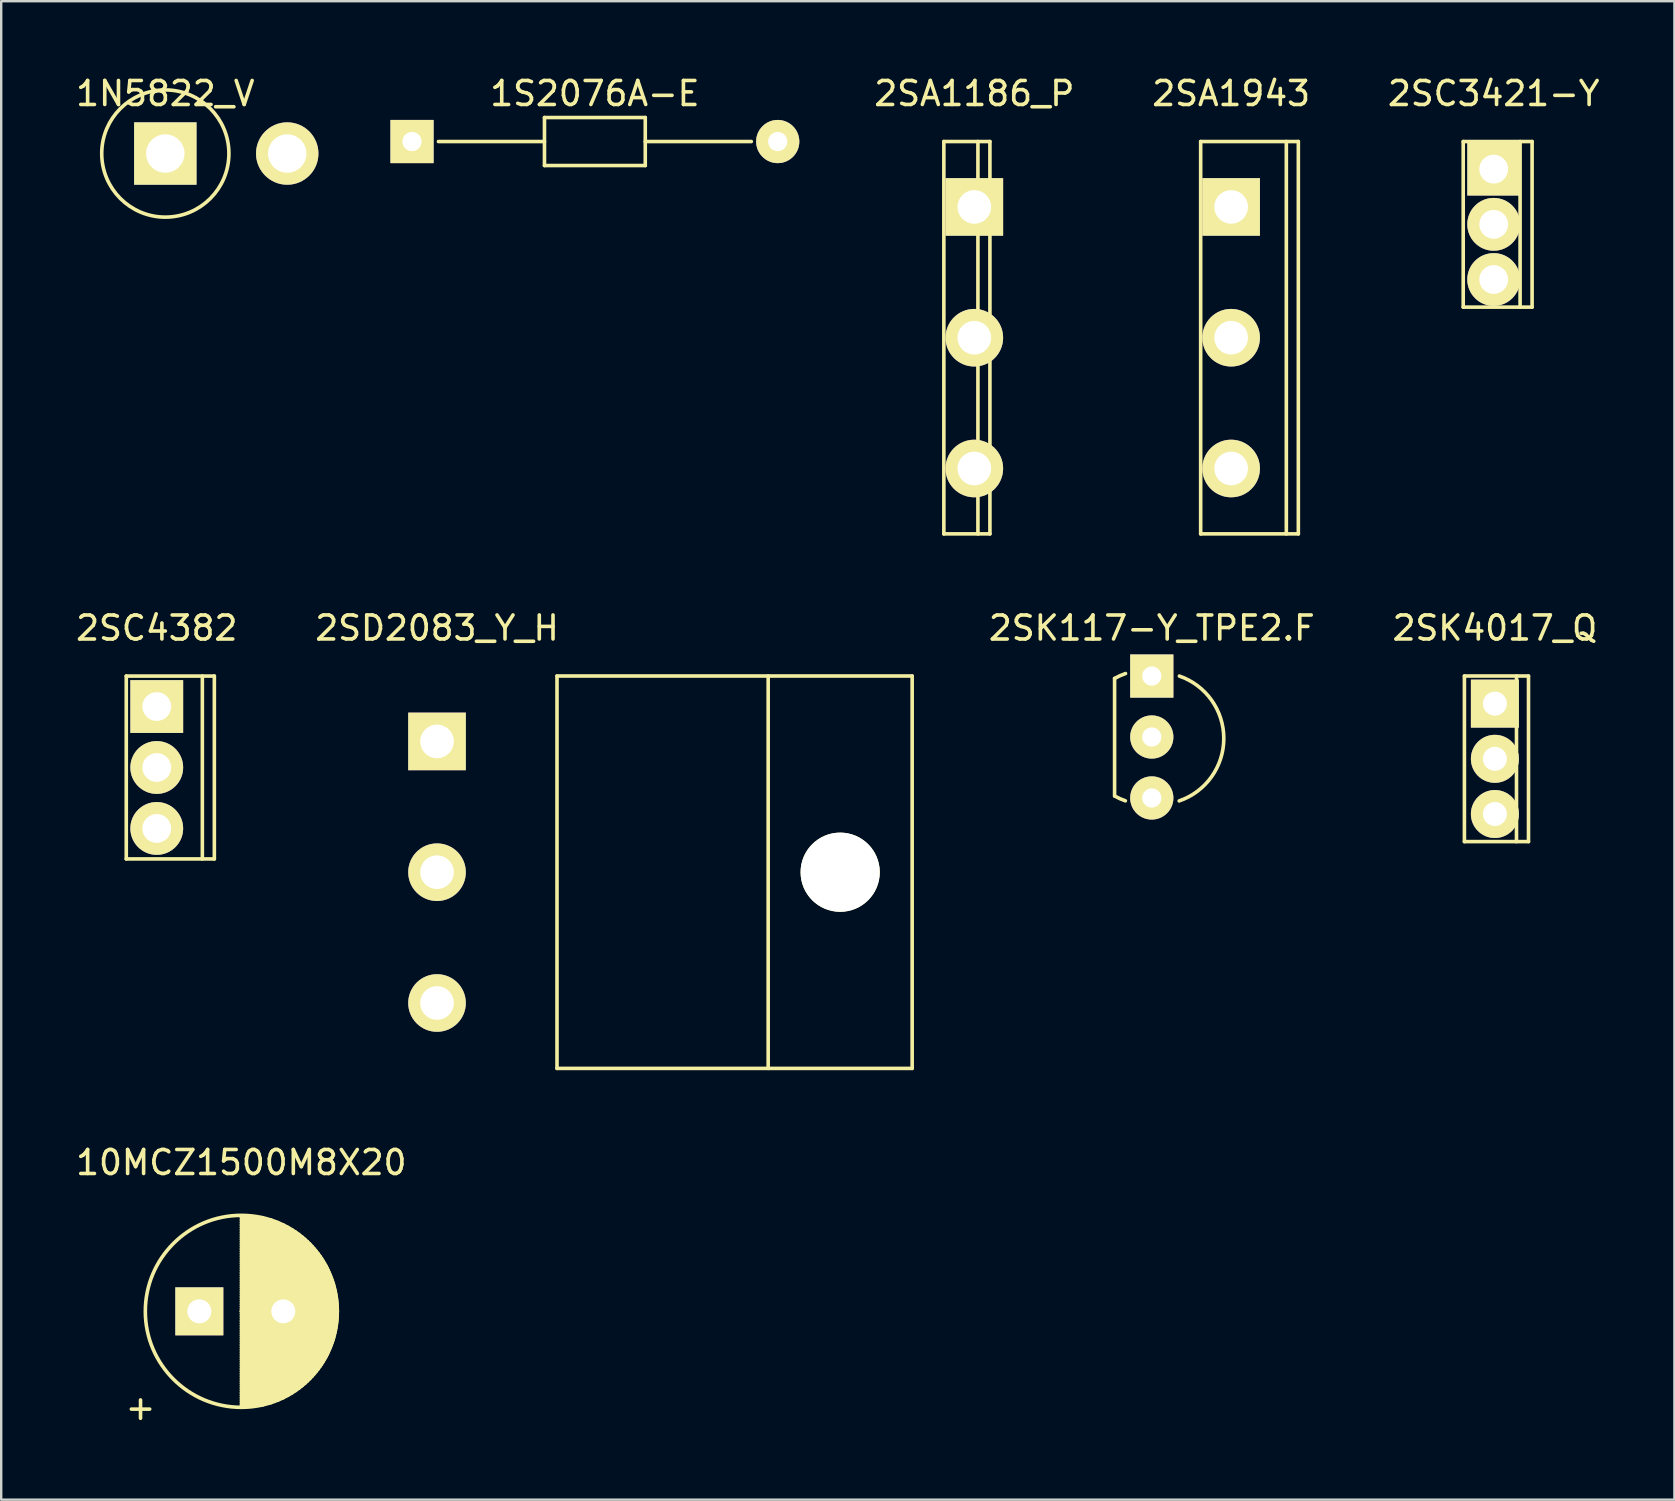
<source format=kicad_pcb>
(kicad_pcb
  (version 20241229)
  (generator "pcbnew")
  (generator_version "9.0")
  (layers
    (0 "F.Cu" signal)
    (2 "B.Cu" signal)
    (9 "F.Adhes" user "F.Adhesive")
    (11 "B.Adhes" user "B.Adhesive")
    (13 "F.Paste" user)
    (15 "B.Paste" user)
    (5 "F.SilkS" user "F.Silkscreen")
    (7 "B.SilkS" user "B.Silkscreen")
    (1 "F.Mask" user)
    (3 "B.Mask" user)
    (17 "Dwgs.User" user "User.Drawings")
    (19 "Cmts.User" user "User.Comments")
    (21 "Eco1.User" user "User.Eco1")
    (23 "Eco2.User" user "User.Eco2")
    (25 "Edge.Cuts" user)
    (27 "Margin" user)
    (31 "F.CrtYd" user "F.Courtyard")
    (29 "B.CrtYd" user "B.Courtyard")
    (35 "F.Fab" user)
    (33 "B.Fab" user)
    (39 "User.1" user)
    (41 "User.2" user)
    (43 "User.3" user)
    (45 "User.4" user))
  (footprint "10MCZ1500M8X20"
    (layer "F.Cu")
    (at 5.256 51.595)
    (property "Reference" "10MCZ1500M8X20" (at 1.75 -6.2 0) (layer "F.SilkS") (effects (font (size 1 1) (thickness 0.15))))
    (attr through_hole)
    (fp_line (start 1.75 -3.9) (end 2.639 -3.9) (stroke (width 0.15) (type solid)) (layer "F.SilkS"))
    (fp_line (start 1.75 -3.8) (end 2.999 -3.8) (stroke (width 0.15) (type solid)) (layer "F.SilkS"))
    (fp_line (start 1.75 -3.7) (end 3.27 -3.7) (stroke (width 0.15) (type solid)) (layer "F.SilkS"))
    (fp_line (start 1.75 -3.6) (end 3.494 -3.6) (stroke (width 0.15) (type solid)) (layer "F.SilkS"))
    (fp_line (start 1.75 -3.5) (end 3.686 -3.5) (stroke (width 0.15) (type solid)) (layer "F.SilkS"))
    (fp_line (start 1.75 -3.4) (end 3.857 -3.4) (stroke (width 0.15) (type solid)) (layer "F.SilkS"))
    (fp_line (start 1.75 -3.3) (end 4.011 -3.3) (stroke (width 0.15) (type solid)) (layer "F.SilkS"))
    (fp_line (start 1.75 -3.2) (end 4.15 -3.2) (stroke (width 0.15) (type solid)) (layer "F.SilkS"))
    (fp_line (start 1.75 -3.1) (end 4.278 -3.1) (stroke (width 0.15) (type solid)) (layer "F.SilkS"))
    (fp_line (start 1.75 -3) (end 4.396 -3) (stroke (width 0.15) (type solid)) (layer "F.SilkS"))
    (fp_line (start 1.75 -2.9) (end 4.505 -2.9) (stroke (width 0.15) (type solid)) (layer "F.SilkS"))
    (fp_line (start 1.75 -2.8) (end 4.607 -2.8) (stroke (width 0.15) (type solid)) (layer "F.SilkS"))
    (fp_line (start 1.75 -2.7) (end 4.701 -2.7) (stroke (width 0.15) (type solid)) (layer "F.SilkS"))
    (fp_line (start 1.75 -2.6) (end 4.79 -2.6) (stroke (width 0.15) (type solid)) (layer "F.SilkS"))
    (fp_line (start 1.75 -2.5) (end 4.872 -2.5) (stroke (width 0.15) (type solid)) (layer "F.SilkS"))
    (fp_line (start 1.75 -2.4) (end 4.95 -2.4) (stroke (width 0.15) (type solid)) (layer "F.SilkS"))
    (fp_line (start 1.75 -2.3) (end 5.023 -2.3) (stroke (width 0.15) (type solid)) (layer "F.SilkS"))
    (fp_line (start 1.75 -2.2) (end 5.091 -2.2) (stroke (width 0.15) (type solid)) (layer "F.SilkS"))
    (fp_line (start 1.75 -2.1) (end 5.154 -2.1) (stroke (width 0.15) (type solid)) (layer "F.SilkS"))
    (fp_line (start 1.75 -2) (end 5.214 -2) (stroke (width 0.15) (type solid)) (layer "F.SilkS"))
    (fp_line (start 1.75 -1.9) (end 5.27 -1.9) (stroke (width 0.15) (type solid)) (layer "F.SilkS"))
    (fp_line (start 1.75 -1.8) (end 5.322 -1.8) (stroke (width 0.15) (type solid)) (layer "F.SilkS"))
    (fp_line (start 1.75 -1.7) (end 5.371 -1.7) (stroke (width 0.15) (type solid)) (layer "F.SilkS"))
    (fp_line (start 1.75 -1.6) (end 5.416 -1.6) (stroke (width 0.15) (type solid)) (layer "F.SilkS"))
    (fp_line (start 1.75 -1.5) (end 5.458 -1.5) (stroke (width 0.15) (type solid)) (layer "F.SilkS"))
    (fp_line (start 1.75 -1.4) (end 5.497 -1.4) (stroke (width 0.15) (type solid)) (layer "F.SilkS"))
    (fp_line (start 1.75 -1.3) (end 5.533 -1.3) (stroke (width 0.15) (type solid)) (layer "F.SilkS"))
    (fp_line (start 1.75 -1.2) (end 5.566 -1.2) (stroke (width 0.15) (type solid)) (layer "F.SilkS"))
    (fp_line (start 1.75 -1.1) (end 5.596 -1.1) (stroke (width 0.15) (type solid)) (layer "F.SilkS"))
    (fp_line (start 1.75 -1) (end 5.623 -1) (stroke (width 0.15) (type solid)) (layer "F.SilkS"))
    (fp_line (start 1.75 -0.9) (end 5.647 -0.9) (stroke (width 0.15) (type solid)) (layer "F.SilkS"))
    (fp_line (start 1.75 -0.8) (end 5.669 -0.8) (stroke (width 0.15) (type solid)) (layer "F.SilkS"))
    (fp_line (start 1.75 -0.7) (end 5.688 -0.7) (stroke (width 0.15) (type solid)) (layer "F.SilkS"))
    (fp_line (start 1.75 -0.6) (end 5.705 -0.6) (stroke (width 0.15) (type solid)) (layer "F.SilkS"))
    (fp_line (start 1.75 -0.5) (end 5.719 -0.5) (stroke (width 0.15) (type solid)) (layer "F.SilkS"))
    (fp_line (start 1.75 -0.4) (end 5.73 -0.4) (stroke (width 0.15) (type solid)) (layer "F.SilkS"))
    (fp_line (start 1.75 -0.3) (end 5.739 -0.3) (stroke (width 0.15) (type solid)) (layer "F.SilkS"))
    (fp_line (start 1.75 -0.2) (end 5.745 -0.2) (stroke (width 0.15) (type solid)) (layer "F.SilkS"))
    (fp_line (start 1.75 -0.1) (end 5.749 -0.1) (stroke (width 0.15) (type solid)) (layer "F.SilkS"))
    (fp_line (start 1.75 0) (end 5.75 0) (stroke (width 0.15) (type solid)) (layer "F.SilkS"))
    (fp_line (start 1.75 0) (end 5.75 0) (stroke (width 0.15) (type solid)) (layer "F.SilkS"))
    (fp_line (start 1.75 0.1) (end 5.749 0.1) (stroke (width 0.15) (type solid)) (layer "F.SilkS"))
    (fp_line (start 1.75 0.2) (end 5.745 0.2) (stroke (width 0.15) (type solid)) (layer "F.SilkS"))
    (fp_line (start 1.75 0.3) (end 5.739 0.3) (stroke (width 0.15) (type solid)) (layer "F.SilkS"))
    (fp_line (start 1.75 0.4) (end 5.73 0.4) (stroke (width 0.15) (type solid)) (layer "F.SilkS"))
    (fp_line (start 1.75 0.5) (end 5.719 0.5) (stroke (width 0.15) (type solid)) (layer "F.SilkS"))
    (fp_line (start 1.75 0.6) (end 5.705 0.6) (stroke (width 0.15) (type solid)) (layer "F.SilkS"))
    (fp_line (start 1.75 0.7) (end 5.688 0.7) (stroke (width 0.15) (type solid)) (layer "F.SilkS"))
    (fp_line (start 1.75 0.8) (end 5.669 0.8) (stroke (width 0.15) (type solid)) (layer "F.SilkS"))
    (fp_line (start 1.75 0.9) (end 5.647 0.9) (stroke (width 0.15) (type solid)) (layer "F.SilkS"))
    (fp_line (start 1.75 1) (end 5.623 1) (stroke (width 0.15) (type solid)) (layer "F.SilkS"))
    (fp_line (start 1.75 1.1) (end 5.596 1.1) (stroke (width 0.15) (type solid)) (layer "F.SilkS"))
    (fp_line (start 1.75 1.2) (end 5.566 1.2) (stroke (width 0.15) (type solid)) (layer "F.SilkS"))
    (fp_line (start 1.75 1.3) (end 5.533 1.3) (stroke (width 0.15) (type solid)) (layer "F.SilkS"))
    (fp_line (start 1.75 1.4) (end 5.497 1.4) (stroke (width 0.15) (type solid)) (layer "F.SilkS"))
    (fp_line (start 1.75 1.5) (end 5.458 1.5) (stroke (width 0.15) (type solid)) (layer "F.SilkS"))
    (fp_line (start 1.75 1.6) (end 5.416 1.6) (stroke (width 0.15) (type solid)) (layer "F.SilkS"))
    (fp_line (start 1.75 1.7) (end 5.371 1.7) (stroke (width 0.15) (type solid)) (layer "F.SilkS"))
    (fp_line (start 1.75 1.8) (end 5.322 1.8) (stroke (width 0.15) (type solid)) (layer "F.SilkS"))
    (fp_line (start 1.75 1.9) (end 5.27 1.9) (stroke (width 0.15) (type solid)) (layer "F.SilkS"))
    (fp_line (start 1.75 2) (end 5.214 2) (stroke (width 0.15) (type solid)) (layer "F.SilkS"))
    (fp_line (start 1.75 2.1) (end 5.154 2.1) (stroke (width 0.15) (type solid)) (layer "F.SilkS"))
    (fp_line (start 1.75 2.2) (end 5.091 2.2) (stroke (width 0.15) (type solid)) (layer "F.SilkS"))
    (fp_line (start 1.75 2.3) (end 5.023 2.3) (stroke (width 0.15) (type solid)) (layer "F.SilkS"))
    (fp_line (start 1.75 2.4) (end 4.95 2.4) (stroke (width 0.15) (type solid)) (layer "F.SilkS"))
    (fp_line (start 1.75 2.5) (end 4.872 2.5) (stroke (width 0.15) (type solid)) (layer "F.SilkS"))
    (fp_line (start 1.75 2.6) (end 4.79 2.6) (stroke (width 0.15) (type solid)) (layer "F.SilkS"))
    (fp_line (start 1.75 2.7) (end 4.701 2.7) (stroke (width 0.15) (type solid)) (layer "F.SilkS"))
    (fp_line (start 1.75 2.8) (end 4.607 2.8) (stroke (width 0.15) (type solid)) (layer "F.SilkS"))
    (fp_line (start 1.75 2.9) (end 4.505 2.9) (stroke (width 0.15) (type solid)) (layer "F.SilkS"))
    (fp_line (start 1.75 3) (end 4.396 3) (stroke (width 0.15) (type solid)) (layer "F.SilkS"))
    (fp_line (start 1.75 3.1) (end 4.278 3.1) (stroke (width 0.15) (type solid)) (layer "F.SilkS"))
    (fp_line (start 1.75 3.2) (end 4.15 3.2) (stroke (width 0.15) (type solid)) (layer "F.SilkS"))
    (fp_line (start 1.75 3.3) (end 4.011 3.3) (stroke (width 0.15) (type solid)) (layer "F.SilkS"))
    (fp_line (start 1.75 3.4) (end 3.857 3.4) (stroke (width 0.15) (type solid)) (layer "F.SilkS"))
    (fp_line (start 1.75 3.5) (end 3.686 3.5) (stroke (width 0.15) (type solid)) (layer "F.SilkS"))
    (fp_line (start 1.75 3.6) (end 3.494 3.6) (stroke (width 0.15) (type solid)) (layer "F.SilkS"))
    (fp_line (start 1.75 3.7) (end 3.27 3.7) (stroke (width 0.15) (type solid)) (layer "F.SilkS"))
    (fp_line (start 1.75 3.8) (end 2.999 3.8) (stroke (width 0.15) (type solid)) (layer "F.SilkS"))
    (fp_line (start 1.75 3.9) (end 2.639 3.9) (stroke (width 0.15) (type solid)) (layer "F.SilkS"))
    (fp_circle (center 1.75 0) (end 1.75 -4) (stroke (width 0.15) (type solid)) (fill no) (layer "F.SilkS"))
    (fp_text user "+" (at -2.45 4 0) (layer "F.SilkS") (effects (font (size 1 1) (thickness 0.15))))
    (pad "1" thru_hole rect (at 0 0) (size 2 2) (drill 1) (layers "*.Cu" "*.Mask" "F.SilkS"))
    (pad "2" thru_hole circle (at 3.5 0) (size 2 2) (drill 1) (layers "*.Cu" "*.Mask" "F.SilkS")))
  (footprint "2SK4017_Q"
    (layer "F.Cu")
    (at 59.244 26.271)
    (property "Reference" "2SK4017_Q" (at 0 -3.15 0) (layer "F.SilkS") (effects (font (size 1 1) (thickness 0.15))))
    (attr through_hole)
    (fp_line (start -1.27 -1.15) (end -1.27 5.75) (stroke (width 0.15) (type solid)) (layer "F.SilkS"))
    (fp_line (start -1.27 -1.15) (end 1.4 -1.15) (stroke (width 0.15) (type solid)) (layer "F.SilkS"))
    (fp_line (start -1.27 5.75) (end 1.4 5.75) (stroke (width 0.15) (type solid)) (layer "F.SilkS"))
    (fp_line (start 0.9 -1.15) (end 0.9 5.75) (stroke (width 0.15) (type solid)) (layer "F.SilkS"))
    (fp_line (start 1.4 -1.15) (end 1.4 5.75) (stroke (width 0.15) (type solid)) (layer "F.SilkS"))
    (pad "1" thru_hole rect (at 0 0) (size 2 2) (drill 1) (layers "*.Cu" "*.Mask" "F.SilkS"))
    (pad "2" thru_hole circle (at 0 2.3) (size 2 2) (drill 1) (layers "*.Cu" "*.Mask" "F.SilkS"))
    (pad "3" thru_hole circle (at 0 4.6) (size 2 2) (drill 1) (layers "*.Cu" "*.Mask" "F.SilkS")))
  (footprint "2SA1186_P"
    (layer "F.Cu")
    (at 37.551 5.573)
    (property "Reference" "2SA1186_P" (at 0 -4.725 0) (layer "F.SilkS") (effects (font (size 1 1) (thickness 0.15))))
    (attr through_hole)
    (fp_line (start -1.27 -2.725) (end -1.27 13.625) (stroke (width 0.15) (type solid)) (layer "F.SilkS"))
    (fp_line (start -1.27 -2.725) (end 0.65 -2.725) (stroke (width 0.15) (type solid)) (layer "F.SilkS"))
    (fp_line (start -1.27 13.625) (end 0.65 13.625) (stroke (width 0.15) (type solid)) (layer "F.SilkS"))
    (fp_line (start 0.15 -2.725) (end 0.15 13.625) (stroke (width 0.15) (type solid)) (layer "F.SilkS"))
    (fp_line (start 0.65 -2.725) (end 0.65 13.625) (stroke (width 0.15) (type solid)) (layer "F.SilkS"))
    (pad "1" thru_hole rect (at 0 0) (size 2.4 2.4) (drill 1.4) (layers "*.Cu" "*.Mask" "F.SilkS"))
    (pad "2" thru_hole circle (at 0 5.45) (size 2.4 2.4) (drill 1.4) (layers "*.Cu" "*.Mask" "F.SilkS"))
    (pad "3" thru_hole circle (at 0 10.9) (size 2.4 2.4) (drill 1.4) (layers "*.Cu" "*.Mask" "F.SilkS")))
  (footprint "2SK117-Y_TPE2.F"
    (layer "F.Cu")
    (at 44.946 25.122)
    (property "Reference" "2SK117-Y_TPE2.F" (at 0 -2 0) (layer "F.SilkS") (effects (font (size 1 1) (thickness 0.15))))
    (attr through_hole)
    (fp_line (start -1.55 5) (end -1.55 0.1) (stroke (width 0.15) (type solid)) (layer "F.SilkS"))
    (fp_arc (start -1.55 0.1) (mid -1.326783 -0.012505) (end -1.09461 -0.105127) (stroke (width 0.15) (type solid)) (layer "F.SilkS"))
    (fp_arc (start -1.1 5.2) (mid -1.32318 5.111666) (end -1.537812 5.004217) (stroke (width 0.15) (type solid)) (layer "F.SilkS"))
    (fp_arc (start 1.15 0) (mid 3.00136 2.60449) (end 1.14151 5.202923) (stroke (width 0.15) (type solid)) (layer "F.SilkS"))
    (pad "1" thru_hole rect (at 0 0) (size 1.8 1.8) (drill 0.8) (layers "*.Cu" "*.Mask" "F.SilkS"))
    (pad "2" thru_hole circle (at 0 2.54) (size 1.8 1.8) (drill 0.8) (layers "*.Cu" "*.Mask" "F.SilkS"))
    (pad "3" thru_hole circle (at 0 5.08) (size 1.8 1.8) (drill 0.8) (layers "*.Cu" "*.Mask" "F.SilkS")))
  (footprint "2SD2083_Y_H"
    (layer "F.Cu")
    (at 15.161 27.846)
    (property "Reference" "2SD2083_Y_H" (at 0 -4.725 0) (layer "F.SilkS") (effects (font (size 1 1) (thickness 0.15))))
    (attr through_hole)
    (fp_line (start 5 -2.725) (end 5 13.625) (stroke (width 0.15) (type solid)) (layer "F.SilkS"))
    (fp_line (start 5 -2.725) (end 19.8 -2.725) (stroke (width 0.15) (type solid)) (layer "F.SilkS"))
    (fp_line (start 5 13.625) (end 19.8 13.625) (stroke (width 0.15) (type solid)) (layer "F.SilkS"))
    (fp_line (start 13.8 -2.725) (end 13.8 13.625) (stroke (width 0.15) (type solid)) (layer "F.SilkS"))
    (fp_line (start 19.8 -2.725) (end 19.8 13.625) (stroke (width 0.15) (type solid)) (layer "F.SilkS"))
    (pad "" np_thru_hole circle (at 16.8 5.45) (size 3.3 3.3) (drill 3.3) (layers "*.Cu" "*.Mask" "F.SilkS"))
    (pad "1" thru_hole rect (at 0 0) (size 2.4 2.4) (drill 1.4) (layers "*.Cu" "*.Mask" "F.SilkS"))
    (pad "2" thru_hole circle (at 0 5.45) (size 2.4 2.4) (drill 1.4) (layers "*.Cu" "*.Mask" "F.SilkS"))
    (pad "3" thru_hole circle (at 0 10.9) (size 2.4 2.4) (drill 1.4) (layers "*.Cu" "*.Mask" "F.SilkS")))
  (footprint "1S2076A-E"
    (layer "F.Cu")
    (at 14.119 2.848)
    (property "Reference" "1S2076A-E" (at 7.62 -2 0) (layer "F.SilkS") (effects (font (size 1 1) (thickness 0.15))))
    (attr through_hole)
    (fp_line (start 1.1 0) (end 5.52 0) (stroke (width 0.15) (type solid)) (layer "F.SilkS"))
    (fp_line (start 5.52 -1) (end 5.52 1) (stroke (width 0.15) (type solid)) (layer "F.SilkS"))
    (fp_line (start 5.52 -1) (end 9.72 -1) (stroke (width 0.15) (type solid)) (layer "F.SilkS"))
    (fp_line (start 5.52 1) (end 9.72 1) (stroke (width 0.15) (type solid)) (layer "F.SilkS"))
    (fp_line (start 9.72 0) (end 14.14 0) (stroke (width 0.15) (type solid)) (layer "F.SilkS"))
    (fp_line (start 9.72 1) (end 9.72 -1) (stroke (width 0.15) (type solid)) (layer "F.SilkS"))
    (pad "1" thru_hole rect (at 0 0) (size 1.8 1.8) (drill 0.8) (layers "*.Cu" "*.Mask" "F.SilkS"))
    (pad "2" thru_hole circle (at 15.24 0) (size 1.8 1.8) (drill 0.8) (layers "*.Cu" "*.Mask" "F.SilkS")))
  (footprint "2SC3421-Y"
    (layer "F.Cu")
    (at 59.194 3.998)
    (property "Reference" "2SC3421-Y" (at 0 -3.15 0) (layer "F.SilkS") (effects (font (size 1 1) (thickness 0.15))))
    (attr through_hole)
    (fp_line (start -1.27 -1.15) (end -1.27 5.75) (stroke (width 0.15) (type solid)) (layer "F.SilkS"))
    (fp_line (start -1.27 -1.15) (end 1.6 -1.15) (stroke (width 0.15) (type solid)) (layer "F.SilkS"))
    (fp_line (start -1.27 5.75) (end 1.6 5.75) (stroke (width 0.15) (type solid)) (layer "F.SilkS"))
    (fp_line (start 1.1 -1.15) (end 1.1 5.75) (stroke (width 0.15) (type solid)) (layer "F.SilkS"))
    (fp_line (start 1.6 -1.15) (end 1.6 5.75) (stroke (width 0.15) (type solid)) (layer "F.SilkS"))
    (pad "1" thru_hole rect (at 0 0) (size 2.2 2.2) (drill 1.2) (layers "*.Cu" "*.Mask" "F.SilkS"))
    (pad "2" thru_hole circle (at 0 2.3) (size 2.2 2.2) (drill 1.2) (layers "*.Cu" "*.Mask" "F.SilkS"))
    (pad "3" thru_hole circle (at 0 4.6) (size 2.2 2.2) (drill 1.2) (layers "*.Cu" "*.Mask" "F.SilkS")))
  (footprint "2SC4382"
    (layer "F.Cu")
    (at 3.482 26.392)
    (property "Reference" "2SC4382" (at 0 -3.27 0) (layer "F.SilkS") (effects (font (size 1 1) (thickness 0.15))))
    (attr through_hole)
    (fp_line (start -1.27 -1.27) (end -1.27 6.35) (stroke (width 0.15) (type solid)) (layer "F.SilkS"))
    (fp_line (start -1.27 -1.27) (end 2.4 -1.27) (stroke (width 0.15) (type solid)) (layer "F.SilkS"))
    (fp_line (start -1.27 6.35) (end 2.4 6.35) (stroke (width 0.15) (type solid)) (layer "F.SilkS"))
    (fp_line (start 1.9 -1.27) (end 1.9 6.35) (stroke (width 0.15) (type solid)) (layer "F.SilkS"))
    (fp_line (start 2.4 -1.27) (end 2.4 6.35) (stroke (width 0.15) (type solid)) (layer "F.SilkS"))
    (pad "1" thru_hole rect (at 0 0) (size 2.2 2.2) (drill 1.2) (layers "*.Cu" "*.Mask" "F.SilkS"))
    (pad "2" thru_hole circle (at 0 2.54) (size 2.2 2.2) (drill 1.2) (layers "*.Cu" "*.Mask" "F.SilkS"))
    (pad "3" thru_hole circle (at 0 5.08) (size 2.2 2.2) (drill 1.2) (layers "*.Cu" "*.Mask" "F.SilkS")))
  (footprint "2SA1943"
    (layer "F.Cu")
    (at 48.253 5.573)
    (property "Reference" "2SA1943" (at 0 -4.725 0) (layer "F.SilkS") (effects (font (size 1 1) (thickness 0.15))))
    (attr through_hole)
    (fp_line (start -1.27 -2.725) (end -1.27 13.625) (stroke (width 0.15) (type solid)) (layer "F.SilkS"))
    (fp_line (start -1.27 -2.725) (end 2.8 -2.725) (stroke (width 0.15) (type solid)) (layer "F.SilkS"))
    (fp_line (start -1.27 13.625) (end 2.8 13.625) (stroke (width 0.15) (type solid)) (layer "F.SilkS"))
    (fp_line (start 2.3 -2.725) (end 2.3 13.625) (stroke (width 0.15) (type solid)) (layer "F.SilkS"))
    (fp_line (start 2.8 -2.725) (end 2.8 13.625) (stroke (width 0.15) (type solid)) (layer "F.SilkS"))
    (pad "1" thru_hole rect (at 0 0) (size 2.4 2.4) (drill 1.4) (layers "*.Cu" "*.Mask" "F.SilkS"))
    (pad "2" thru_hole circle (at 0 5.45) (size 2.4 2.4) (drill 1.4) (layers "*.Cu" "*.Mask" "F.SilkS"))
    (pad "3" thru_hole circle (at 0 10.9) (size 2.4 2.4) (drill 1.4) (layers "*.Cu" "*.Mask" "F.SilkS")))
  (footprint "1N5822_V"
    (layer "F.Cu")
    (at 3.839 3.348)
    (property "Reference" "1N5822_V" (at 0 -2.5 0) (layer "F.SilkS") (effects (font (size 1 1) (thickness 0.15))))
    (attr through_hole)
    (fp_circle (center 0 0) (end 0 -2.65) (stroke (width 0.15) (type solid)) (fill no) (layer "F.SilkS"))
    (pad "1" thru_hole rect (at 0 0) (size 2.6 2.6) (drill 1.6) (layers "*.Cu" "*.Mask" "F.SilkS"))
    (pad "2" thru_hole circle (at 5.08 0) (size 2.6 2.6) (drill 1.6) (layers "*.Cu" "*.Mask" "F.SilkS")))
  (gr_rect
    (start -3 -3)
    (end 66.724 59.443)
    (stroke (width 0.1) (type default))
    (fill no)
    (layer "Edge.Cuts")))
</source>
